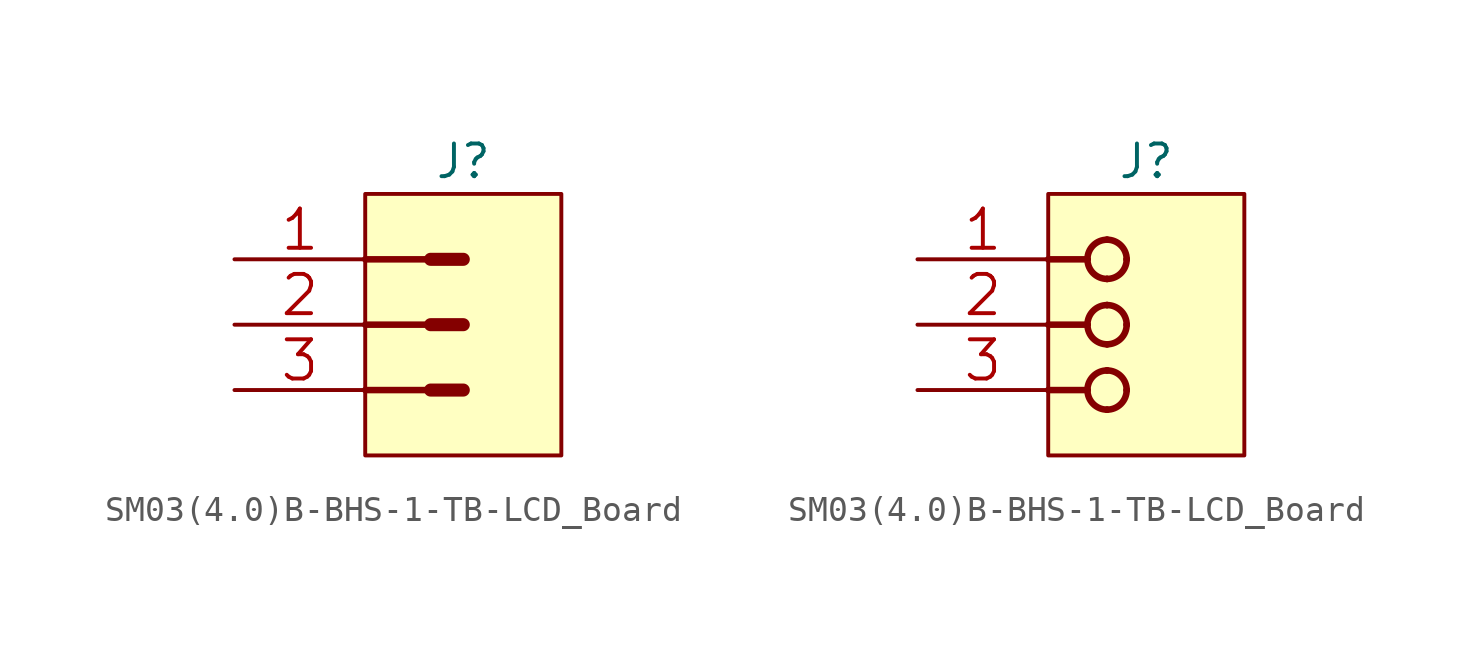
<source format=kicad_sym>
(kicad_symbol_lib
  (version 20200126)
  (host kicad_symbol_editor "(5.99.0-2809-gaceed2b0a4)")
  (symbol "LCD_Board-rescue:SM03(4.0)B-BHS-1-TB-LCD_Board"
    (pin_names
      (offset 1.27))
    (property "Reference" "J"
      (at 3.81 1.27 0)
      (effects (font (size 1.27 1.27))))
    (symbol "SM03(4.0)B-BHS-1-TB-LCD_Board_0_2"
      (arc (start 2.286 -6.858) (end 3.048 -7.62) (radius (at 2.286 -7.62) (length 0.762) (angles 90 0)) (stroke (width 0.254)) (fill (type none)))
      (arc (start 2.286 -6.858) (end 1.524 -7.62) (radius (at 2.286 -7.62) (length 0.762) (angles 90 180)) (stroke (width 0.254)) (fill (type none)))
      (arc (start 2.286 -8.382) (end 3.048 -7.62) (radius (at 2.286 -7.62) (length 0.762) (angles -90 0)) (stroke (width 0.254)) (fill (type none)))
      (arc (start 2.286 -8.382) (end 1.524 -7.62) (radius (at 2.286 -7.62) (length 0.762) (angles -90 180)) (stroke (width 0.254)) (fill (type none)))
      (arc (start 2.286 -4.318) (end 3.048 -5.08) (radius (at 2.286 -5.08) (length 0.762) (angles 90 0)) (stroke (width 0.254)) (fill (type none)))
      (arc (start 2.286 -4.318) (end 1.524 -5.08) (radius (at 2.286 -5.08) (length 0.762) (angles 90 180)) (stroke (width 0.254)) (fill (type none)))
      (arc (start 2.286 -5.842) (end 3.048 -5.08) (radius (at 2.286 -5.08) (length 0.762) (angles -90 0)) (stroke (width 0.254)) (fill (type none)))
      (arc (start 2.286 -5.842) (end 1.524 -5.08) (radius (at 2.286 -5.08) (length 0.762) (angles -90 180)) (stroke (width 0.254)) (fill (type none)))
      (arc (start 2.286 -1.778) (end 3.048 -2.54) (radius (at 2.286 -2.54) (length 0.762) (angles 90 0)) (stroke (width 0.254)) (fill (type none)))
      (arc (start 2.286 -1.778) (end 1.524 -2.54) (radius (at 2.286 -2.54) (length 0.762) (angles 90 180)) (stroke (width 0.254)) (fill (type none)))
      (arc (start 2.286 -3.302) (end 3.048 -2.54) (radius (at 2.286 -2.54) (length 0.762) (angles -90 0)) (stroke (width 0.254)) (fill (type none)))
      (arc (start 2.286 -3.302) (end 1.524 -2.54) (radius (at 2.286 -2.54) (length 0.762) (angles -90 180)) (stroke (width 0.254)) (fill (type none)))
      (rectangle (start 0 -10.16) (end 7.62 0) (stroke (width 0)) (fill (type background)))
      (polyline (pts (xy 0 -7.62) (xy 1.524 -7.62)) (stroke (width 0.254)) (fill (type none)))
      (polyline (pts (xy 0 -5.08) (xy 1.524 -5.08)) (stroke (width 0.254)) (fill (type none)))
      (polyline (pts (xy 0 -2.54) (xy 1.524 -2.54)) (stroke (width 0.254)) (fill (type none)))
      (polyline (pts (xy 1.524 -7.62) (xy 1.524 -7.62)) (stroke (width 0.254)) (fill (type none)))
      (polyline (pts (xy 1.524 -5.08) (xy 1.524 -5.08)) (stroke (width 0.254)) (fill (type none)))
      (polyline (pts (xy 1.524 -2.54) (xy 1.524 -2.54)) (stroke (width 0.254)) (fill (type none)))
      (polyline (pts (xy 2.286 -8.382) (xy 2.286 -8.382)) (stroke (width 0.254)) (fill (type none)))
      (polyline (pts (xy 2.286 -6.858) (xy 2.286 -6.858)) (stroke (width 0.254)) (fill (type none)))
      (polyline (pts (xy 2.286 -5.842) (xy 2.286 -5.842)) (stroke (width 0.254)) (fill (type none)))
      (polyline (pts (xy 2.286 -4.318) (xy 2.286 -4.318)) (stroke (width 0.254)) (fill (type none)))
      (polyline (pts (xy 2.286 -3.302) (xy 2.286 -3.302)) (stroke (width 0.254)) (fill (type none)))
      (polyline (pts (xy 2.286 -1.778) (xy 2.286 -1.778)) (stroke (width 0.254)) (fill (type none)))
      (polyline (pts (xy 3.048 -7.62) (xy 3.048 -7.62)) (stroke (width 0.254)) (fill (type none)))
      (polyline (pts (xy 3.048 -5.08) (xy 3.048 -5.08)) (stroke (width 0.254)) (fill (type none)))
      (polyline (pts (xy 3.048 -2.54) (xy 3.048 -2.54)) (stroke (width 0.254)) (fill (type none)))
      (pin bidirectional line (at -5.08 -2.54 0) (length 5.08) (name "1" (effects (font (size 0 0)))) (number "1" (effects (font (size 1.524 1.524)))))
      (pin bidirectional line (at -5.08 -5.08 0) (length 5.08) (name "2" (effects (font (size 0 0)))) (number "2" (effects (font (size 1.524 1.524)))))
      (pin bidirectional line (at -5.08 -7.62 0) (length 5.08) (name "3" (effects (font (size 0 0)))) (number "3" (effects (font (size 1.524 1.524))))))
    (symbol "SM03(4.0)B-BHS-1-TB-LCD_Board_0_1"
      (rectangle (start 0 -10.16) (end 7.62 0) (stroke (width 0)) (fill (type background)))
      (polyline (pts (xy 0 -7.62) (xy 2.54 -7.62)) (stroke (width 0.254)) (fill (type none)))
      (polyline (pts (xy 0 -5.08) (xy 2.54 -5.08)) (stroke (width 0.254)) (fill (type none)))
      (polyline (pts (xy 0 -2.54) (xy 2.54 -2.54)) (stroke (width 0.254)) (fill (type none)))
      (polyline (pts (xy 3.81 -7.62) (xy 2.54 -7.62)) (stroke (width 0.508)) (fill (type none)))
      (polyline (pts (xy 3.81 -5.08) (xy 2.54 -5.08)) (stroke (width 0.508)) (fill (type none)))
      (polyline (pts (xy 3.81 -2.54) (xy 2.54 -2.54)) (stroke (width 0.508)) (fill (type none)))
      (pin passive line (at -5.08 -2.54 0) (length 5.08) (name "1" (effects (font (size 0 0)))) (number "1" (effects (font (size 1.524 1.524)))))
      (pin passive line (at -5.08 -5.08 0) (length 5.08) (name "2" (effects (font (size 0 0)))) (number "2" (effects (font (size 1.524 1.524)))))
      (pin passive line (at -5.08 -7.62 0) (length 5.08) (name "3" (effects (font (size 0 0)))) (number "3" (effects (font (size 1.524 1.524))))))))
</source>
